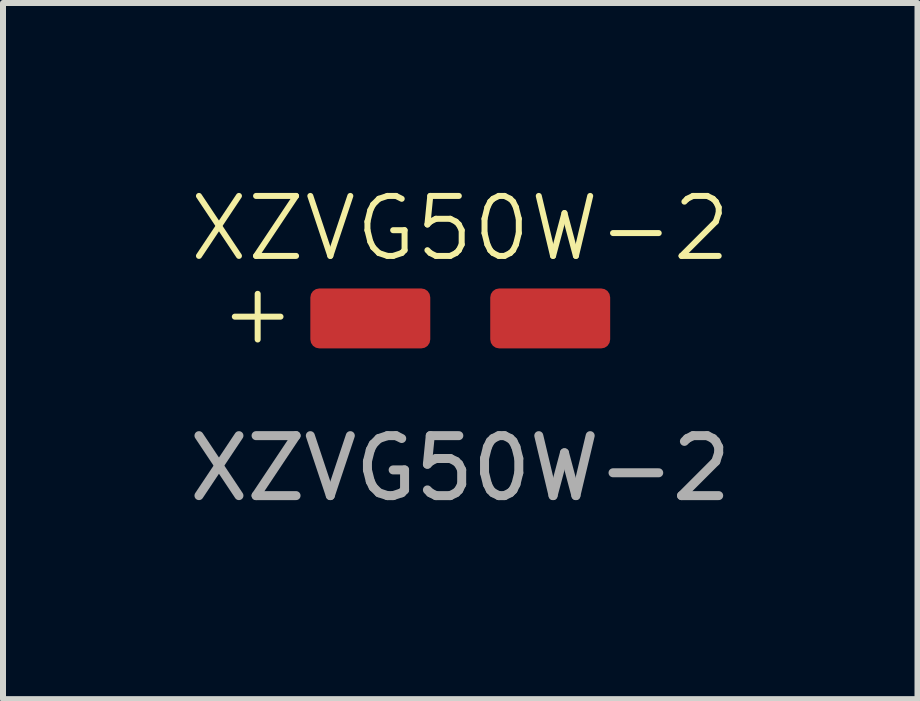
<source format=kicad_pcb>
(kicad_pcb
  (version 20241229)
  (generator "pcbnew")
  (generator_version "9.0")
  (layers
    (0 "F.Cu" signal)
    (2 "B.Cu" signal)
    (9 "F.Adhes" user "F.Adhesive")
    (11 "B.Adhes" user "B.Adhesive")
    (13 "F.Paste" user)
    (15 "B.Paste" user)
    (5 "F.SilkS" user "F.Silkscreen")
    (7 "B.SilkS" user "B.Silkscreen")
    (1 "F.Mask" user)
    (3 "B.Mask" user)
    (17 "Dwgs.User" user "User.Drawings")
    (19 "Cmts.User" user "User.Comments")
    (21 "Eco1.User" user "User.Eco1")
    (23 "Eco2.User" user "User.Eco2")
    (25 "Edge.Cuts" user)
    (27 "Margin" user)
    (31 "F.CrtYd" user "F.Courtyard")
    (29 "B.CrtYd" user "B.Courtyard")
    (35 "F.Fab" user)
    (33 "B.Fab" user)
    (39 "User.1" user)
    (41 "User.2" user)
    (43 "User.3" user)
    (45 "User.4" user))
  (footprint "XZVG50W-2"
    (layer "F.Cu")
    (at 4.625 2.26)
    (property "Reference" "XZVG50W-2" (at 0 -1.5 0) (unlocked yes) (layer "F.SilkS") (effects (font (size 1 1) (thickness 0.1))))
    (attr smd)
    (fp_text user "+" (at -4.063 0.479 0) (unlocked yes) (layer "F.SilkS") (effects (font (size 1 1) (thickness 0.1)) (justify left bottom)))
    (fp_text user "${REFERENCE}" (at 0 2.5 0) (unlocked yes) (layer "F.Fab") (effects (font (size 1 1) (thickness 0.15))))
    (pad "1" smd roundrect (at -1.5 0) (size 2 1) (layers "F.Cu" "F.Mask" "F.Paste") (roundrect_rratio 0.15))
    (pad "2" smd roundrect (at 1.5 0) (size 2 1) (layers "F.Cu" "F.Mask" "F.Paste") (roundrect_rratio 0.15)))
  (gr_rect
    (start -3 -3)
    (end 12.25 8.609)
    (stroke (width 0.1) (type default))
    (fill no)
    (layer "Edge.Cuts")))
</source>
